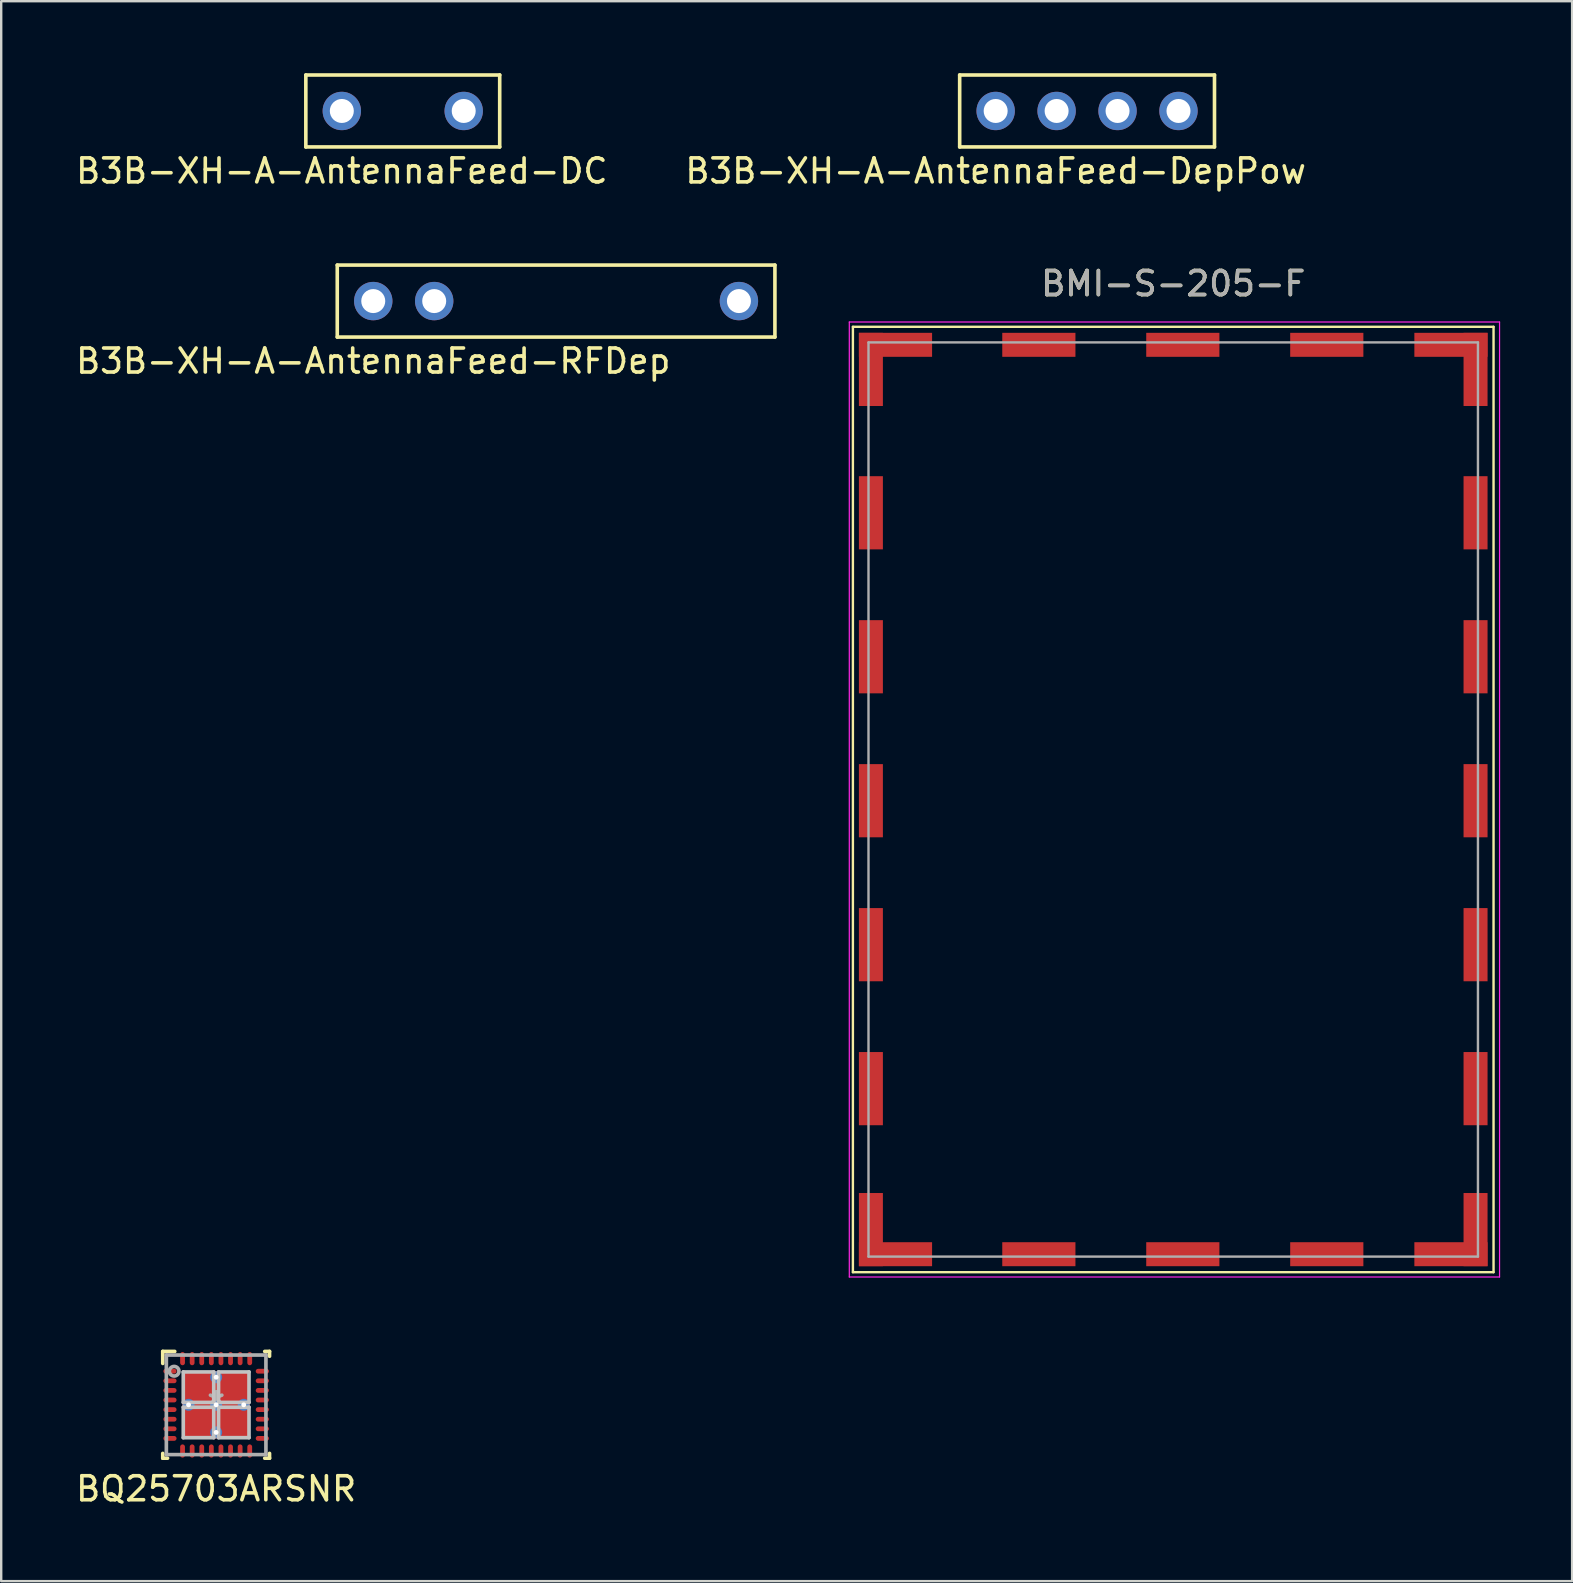
<source format=kicad_pcb>
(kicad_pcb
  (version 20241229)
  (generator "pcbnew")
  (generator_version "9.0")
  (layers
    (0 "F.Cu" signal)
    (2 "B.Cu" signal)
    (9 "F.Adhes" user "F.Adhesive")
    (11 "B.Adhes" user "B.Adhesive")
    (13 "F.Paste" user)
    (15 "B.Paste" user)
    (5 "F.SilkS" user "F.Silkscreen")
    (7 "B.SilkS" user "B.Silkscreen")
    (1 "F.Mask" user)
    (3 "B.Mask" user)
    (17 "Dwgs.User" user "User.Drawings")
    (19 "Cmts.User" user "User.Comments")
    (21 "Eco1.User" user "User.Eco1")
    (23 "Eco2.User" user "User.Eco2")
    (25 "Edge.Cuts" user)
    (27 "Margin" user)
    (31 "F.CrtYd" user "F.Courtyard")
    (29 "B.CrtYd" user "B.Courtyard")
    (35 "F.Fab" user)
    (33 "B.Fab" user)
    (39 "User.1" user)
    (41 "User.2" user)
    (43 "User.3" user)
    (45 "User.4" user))
  (footprint "BQ25703ARSNR"
    (layer "F.Cu")
    (at 5.958 55.498)
    (property "Reference" "BQ25703ARSNR" (at 0 3.5 0) (layer "F.SilkS") (effects (font (size 1 1) (thickness 0.15))))
    (attr through_hole)
    (fp_line (start -2.225 2.225) (end -2.225 2.025) (stroke (width 0.152) (type solid)) (layer "F.SilkS"))
    (fp_line (start -2.225 2.225) (end -2.025 2.225) (stroke (width 0.152) (type solid)) (layer "F.SilkS"))
    (fp_line (start -2.225 -2.225) (end -1.725 -2.225) (stroke (width 0.152) (type solid)) (layer "F.SilkS"))
    (fp_line (start -2.225 -1.725) (end -2.225 -2.225) (stroke (width 0.152) (type solid)) (layer "F.SilkS"))
    (fp_line (start 2.025 -2.225) (end 2.225 -2.225) (stroke (width 0.152) (type solid)) (layer "F.SilkS"))
    (fp_line (start 2.025 2.225) (end 2.225 2.225) (stroke (width 0.152) (type solid)) (layer "F.SilkS"))
    (fp_line (start 2.225 -2.025) (end 2.225 -2.225) (stroke (width 0.152) (type solid)) (layer "F.SilkS"))
    (fp_line (start 2.225 2.225) (end 2.225 2.025) (stroke (width 0.152) (type solid)) (layer "F.SilkS"))
    (fp_line (start -1.37 -1.37) (end -1.37 -0.1) (stroke (width 0.152) (type solid)) (layer "Dwgs.User"))
    (fp_line (start -1.37 -0.1) (end -0.1 -0.1) (stroke (width 0.152) (type solid)) (layer "Dwgs.User"))
    (fp_line (start -1.37 0.1) (end -1.37 1.37) (stroke (width 0.152) (type solid)) (layer "Dwgs.User"))
    (fp_line (start -1.37 1.37) (end -0.1 1.37) (stroke (width 0.152) (type solid)) (layer "Dwgs.User"))
    (fp_line (start -0.1 -1.37) (end -1.37 -1.37) (stroke (width 0.152) (type solid)) (layer "Dwgs.User"))
    (fp_line (start -0.1 -0.1) (end -0.1 -1.37) (stroke (width 0.152) (type solid)) (layer "Dwgs.User"))
    (fp_line (start -0.1 0.1) (end -1.37 0.1) (stroke (width 0.152) (type solid)) (layer "Dwgs.User"))
    (fp_line (start -0.1 1.37) (end -0.1 0.1) (stroke (width 0.152) (type solid)) (layer "Dwgs.User"))
    (fp_line (start 0.1 -1.37) (end 0.1 -0.1) (stroke (width 0.152) (type solid)) (layer "Dwgs.User"))
    (fp_line (start 0.1 -0.1) (end 1.37 -0.1) (stroke (width 0.152) (type solid)) (layer "Dwgs.User"))
    (fp_line (start 0.1 0.1) (end 0.1 1.37) (stroke (width 0.152) (type solid)) (layer "Dwgs.User"))
    (fp_line (start 0.1 1.37) (end 1.37 1.37) (stroke (width 0.152) (type solid)) (layer "Dwgs.User"))
    (fp_line (start 1.37 -1.37) (end 0.1 -1.37) (stroke (width 0.152) (type solid)) (layer "Dwgs.User"))
    (fp_line (start 1.37 -0.1) (end 1.37 -1.37) (stroke (width 0.152) (type solid)) (layer "Dwgs.User"))
    (fp_line (start 1.37 0.1) (end 0.1 0.1) (stroke (width 0.152) (type solid)) (layer "Dwgs.User"))
    (fp_line (start 1.37 1.37) (end 1.37 0.1) (stroke (width 0.152) (type solid)) (layer "Dwgs.User"))
    (fp_line (start -2.075 -2.075) (end 2.075 -2.075) (stroke (width 0.152) (type solid)) (layer "F.Fab"))
    (fp_line (start -2.075 2.075) (end -2.075 -2.075) (stroke (width 0.152) (type solid)) (layer "F.Fab"))
    (fp_line (start -2.075 2.075) (end 2.075 2.075) (stroke (width 0.152) (type solid)) (layer "F.Fab"))
    (fp_line (start 2.075 2.075) (end 2.075 -2.075) (stroke (width 0.152) (type solid)) (layer "F.Fab"))
    (fp_circle (center -1.75 -1.4) (end -1.55 -1.4) (stroke (width 0.152) (type solid)) (fill no) (layer "F.Fab"))
    (fp_text user "Copyright 2016 Accelerated Designs. All rights reserved." (at 0 0 0) (layer "Cmts.User") (effects (font (size 0.127 0.127) (thickness 0.002))))
    (fp_text user "*" (at 0 0 0) (layer "F.Fab") (effects (font (size 1 1) (thickness 0.15))))
    (pad "1" smd oval (at -1.925 -1.4 90) (size 0.2 0.55) (layers "F.Cu" "F.Mask" "F.Paste"))
    (pad "2" smd oval (at -1.925 -1 90) (size 0.2 0.55) (layers "F.Cu" "F.Mask" "F.Paste"))
    (pad "3" smd oval (at -1.925 -0.6 90) (size 0.2 0.55) (layers "F.Cu" "F.Mask" "F.Paste"))
    (pad "4" smd oval (at -1.925 -0.2 90) (size 0.2 0.55) (layers "F.Cu" "F.Mask" "F.Paste"))
    (pad "5" smd oval (at -1.925 0.2 90) (size 0.2 0.55) (layers "F.Cu" "F.Mask" "F.Paste"))
    (pad "6" smd oval (at -1.925 0.6 90) (size 0.2 0.55) (layers "F.Cu" "F.Mask" "F.Paste"))
    (pad "7" smd oval (at -1.925 1 90) (size 0.2 0.55) (layers "F.Cu" "F.Mask" "F.Paste"))
    (pad "8" smd oval (at -1.925 1.4 90) (size 0.2 0.55) (layers "F.Cu" "F.Mask" "F.Paste"))
    (pad "9" smd oval (at -1.4 1.925) (size 0.2 0.55) (layers "F.Cu" "F.Mask" "F.Paste"))
    (pad "10" smd oval (at -1 1.925) (size 0.2 0.55) (layers "F.Cu" "F.Mask" "F.Paste"))
    (pad "11" smd oval (at -0.6 1.925) (size 0.2 0.55) (layers "F.Cu" "F.Mask" "F.Paste"))
    (pad "12" smd oval (at -0.2 1.925) (size 0.2 0.55) (layers "F.Cu" "F.Mask" "F.Paste"))
    (pad "13" smd oval (at 0.2 1.925) (size 0.2 0.55) (layers "F.Cu" "F.Mask" "F.Paste"))
    (pad "14" smd oval (at 0.6 1.925) (size 0.2 0.55) (layers "F.Cu" "F.Mask" "F.Paste"))
    (pad "15" smd oval (at 1 1.925) (size 0.2 0.55) (layers "F.Cu" "F.Mask" "F.Paste"))
    (pad "16" smd oval (at 1.4 1.925) (size 0.2 0.55) (layers "F.Cu" "F.Mask" "F.Paste"))
    (pad "17" smd oval (at 1.925 1.4 90) (size 0.2 0.55) (layers "F.Cu" "F.Mask" "F.Paste"))
    (pad "18" smd oval (at 1.925 1 90) (size 0.2 0.55) (layers "F.Cu" "F.Mask" "F.Paste"))
    (pad "19" smd oval (at 1.925 0.6 90) (size 0.2 0.55) (layers "F.Cu" "F.Mask" "F.Paste"))
    (pad "20" smd oval (at 1.925 0.2 90) (size 0.2 0.55) (layers "F.Cu" "F.Mask" "F.Paste"))
    (pad "21" smd oval (at 1.925 -0.2 90) (size 0.2 0.55) (layers "F.Cu" "F.Mask" "F.Paste"))
    (pad "22" smd oval (at 1.925 -0.6 90) (size 0.2 0.55) (layers "F.Cu" "F.Mask" "F.Paste"))
    (pad "23" smd oval (at 1.925 -1 90) (size 0.2 0.55) (layers "F.Cu" "F.Mask" "F.Paste"))
    (pad "24" smd oval (at 1.925 -1.4 90) (size 0.2 0.55) (layers "F.Cu" "F.Mask" "F.Paste"))
    (pad "25" smd oval (at 1.4 -1.925) (size 0.2 0.55) (layers "F.Cu" "F.Mask" "F.Paste"))
    (pad "26" smd oval (at 1 -1.925) (size 0.2 0.55) (layers "F.Cu" "F.Mask" "F.Paste"))
    (pad "27" smd oval (at 0.6 -1.925) (size 0.2 0.55) (layers "F.Cu" "F.Mask" "F.Paste"))
    (pad "28" smd oval (at 0.2 -1.925) (size 0.2 0.55) (layers "F.Cu" "F.Mask" "F.Paste"))
    (pad "29" smd oval (at -0.2 -1.925) (size 0.2 0.55) (layers "F.Cu" "F.Mask" "F.Paste"))
    (pad "30" smd oval (at -0.6 -1.925) (size 0.2 0.55) (layers "F.Cu" "F.Mask" "F.Paste"))
    (pad "31" smd oval (at -1 -1.925) (size 0.2 0.55) (layers "F.Cu" "F.Mask" "F.Paste"))
    (pad "32" smd oval (at -1.4 -1.925) (size 0.2 0.55) (layers "F.Cu" "F.Mask" "F.Paste"))
    (pad "33" smd rect (at 0.000084 -0.000081) (size 2.8 2.8) (layers "F.Cu" "F.Mask" "F.Paste"))
    (pad "V" thru_hole circle (at -1.15 0) (size 0.5 0.5) (drill 0.203) (layers "*.Cu" "*.Mask"))
    (pad "V" thru_hole circle (at 0 -1.15) (size 0.5 0.5) (drill 0.203) (layers "*.Cu" "*.Mask"))
    (pad "V" thru_hole circle (at 0 0) (size 0.5 0.5) (drill 0.203) (layers "*.Cu" "*.Mask"))
    (pad "V" thru_hole circle (at 0 1.15) (size 0.5 0.5) (drill 0.203) (layers "*.Cu" "*.Mask"))
    (pad "V" thru_hole circle (at 1.15 0) (size 0.5 0.5) (drill 0.203) (layers "*.Cu" "*.Mask")))
  (footprint "B3B-XH-A-AntennaFeed-DepPow"
    (layer "F.Cu")
    (at 38.446 1.575)
    (property "Reference" "B3B-XH-A-AntennaFeed-DepPow" (at 0 2.5 0) (layer "F.SilkS") (effects (font (size 1 1) (thickness 0.15))))
    (attr through_hole)
    (fp_line (start -1.5 -1.5) (end -1.5 1.5) (stroke (width 0.15) (type solid)) (layer "F.SilkS"))
    (fp_line (start -1.5 -1.5) (end 9.12 -1.5) (stroke (width 0.15) (type solid)) (layer "F.SilkS"))
    (fp_line (start -1.5 1.5) (end 9.12 1.5) (stroke (width 0.15) (type solid)) (layer "F.SilkS"))
    (fp_line (start 9.12 1.5) (end 9.12 -1.5) (stroke (width 0.15) (type solid)) (layer "F.SilkS"))
    (pad "24A" thru_hole circle (at 0 0) (size 1.6 1.6) (drill 1) (layers "*.Cu" "*.Mask"))
    (pad "25A" thru_hole circle (at 2.54 0) (size 1.6 1.6) (drill 1) (layers "*.Cu" "*.Mask"))
    (pad "26A" thru_hole circle (at 5.08 0) (size 1.6 1.6) (drill 1) (layers "*.Cu" "*.Mask"))
    (pad "27A" thru_hole circle (at 7.62 0) (size 1.6 1.6) (drill 1) (layers "*.Cu" "*.Mask")))
  (footprint "B3B-XH-A-AntennaFeed-RFDep"
    (layer "F.Cu")
    (at 12.506 9.498)
    (property "Reference" "B3B-XH-A-AntennaFeed-RFDep" (at 0 2.5 0) (layer "F.SilkS") (effects (font (size 1 1) (thickness 0.15))))
    (attr through_hole)
    (fp_line (start -1.5 -1.5) (end -1.5 1.5) (stroke (width 0.15) (type solid)) (layer "F.SilkS"))
    (fp_line (start -1.5 -1.5) (end 16.74 -1.5) (stroke (width 0.15) (type solid)) (layer "F.SilkS"))
    (fp_line (start -1.5 1.5) (end 16.74 1.5) (stroke (width 0.15) (type solid)) (layer "F.SilkS"))
    (fp_line (start 16.74 1.5) (end 16.74 -1.5) (stroke (width 0.15) (type solid)) (layer "F.SilkS"))
    (pad "7B" thru_hole circle (at 0 0) (size 1.6 1.6) (drill 1) (layers "*.Cu" "*.Mask"))
    (pad "8B" thru_hole circle (at 2.54 0) (size 1.6 1.6) (drill 1) (layers "*.Cu" "*.Mask"))
    (pad "13B" thru_hole circle (at 15.24 0) (size 1.6 1.6) (drill 1) (layers "*.Cu" "*.Mask")))
  (footprint "B3B-XH-A-AntennaFeed-DC"
    (layer "F.Cu")
    (at 11.196 1.575)
    (property "Reference" "B3B-XH-A-AntennaFeed-DC" (at 0 2.5 0) (layer "F.SilkS") (effects (font (size 1 1) (thickness 0.15))))
    (attr through_hole)
    (fp_line (start -1.5 -1.5) (end -1.5 1.5) (stroke (width 0.15) (type solid)) (layer "F.SilkS"))
    (fp_line (start -1.5 -1.5) (end 6.58 -1.5) (stroke (width 0.15) (type solid)) (layer "F.SilkS"))
    (fp_line (start -1.5 1.5) (end 6.58 1.5) (stroke (width 0.15) (type solid)) (layer "F.SilkS"))
    (fp_line (start 6.58 1.5) (end 6.58 -1.5) (stroke (width 0.15) (type solid)) (layer "F.SilkS"))
    (pad "1B" thru_hole circle (at 0 0) (size 1.6 1.6) (drill 1) (layers "*.Cu" "*.Mask"))
    (pad "3B" thru_hole circle (at 5.08 0) (size 1.6 1.6) (drill 1) (layers "*.Cu" "*.Mask")))
  (footprint "BMI-S-205-F"
    (layer "F.Cu")
    (at 45.846 30.271)
    (property "Reference" "BMI-S-205-F" (at 0 -21.5 0) (layer "F.SilkS") (effects (font (size 1 1) (thickness 0.15))))
    (attr through_hole)
    (fp_line (start -13.35 -19.7) (end -13.35 19.7) (stroke (width 0.1) (type solid)) (layer "F.SilkS"))
    (fp_line (start -13.35 19.7) (end 13.35 19.7) (stroke (width 0.1) (type solid)) (layer "F.SilkS"))
    (fp_line (start 13.35 -19.7) (end -13.35 -19.7) (stroke (width 0.1) (type solid)) (layer "F.SilkS"))
    (fp_line (start 13.35 19.7) (end 13.35 -19.7) (stroke (width 0.1) (type solid)) (layer "F.SilkS"))
    (fp_line (start -13.5 -19.9) (end -13.5 19.9) (stroke (width 0.05) (type solid)) (layer "F.CrtYd"))
    (fp_line (start -13.5 19.9) (end 13.6 19.9) (stroke (width 0.05) (type solid)) (layer "F.CrtYd"))
    (fp_line (start 13.6 -19.9) (end -13.5 -19.9) (stroke (width 0.05) (type solid)) (layer "F.CrtYd"))
    (fp_line (start 13.6 19.9) (end 13.6 -19.9) (stroke (width 0.05) (type solid)) (layer "F.CrtYd"))
    (fp_line (start -12.7 -19.05) (end -12.7 19.05) (stroke (width 0.1) (type solid)) (layer "F.Fab"))
    (fp_line (start -12.7 19.05) (end 12.7 19.05) (stroke (width 0.1) (type solid)) (layer "F.Fab"))
    (fp_line (start 12.7 -19.05) (end -12.7 -19.05) (stroke (width 0.1) (type solid)) (layer "F.Fab"))
    (fp_line (start 12.7 19.05) (end 12.7 -19.05) (stroke (width 0.1) (type solid)) (layer "F.Fab"))
    (fp_text user "${REFERENCE}" (at 0 -21.5 0) (layer "F.Fab") (effects (font (size 1 1) (thickness 0.15))))
    (pad "1" smd rect (at -12.6 17.925) (size 1 3.05) (layers "F.Cu" "F.Mask" "F.Paste"))
    (pad "1" smd rect (at -11.575 18.95) (size 3.05 1) (layers "F.Cu" "F.Mask" "F.Paste"))
    (pad "2" smd rect (at -12.6 12.05) (size 1 3.05) (layers "F.Cu" "F.Mask" "F.Paste"))
    (pad "3" smd rect (at -12.6 6.05) (size 1 3.05) (layers "F.Cu" "F.Mask" "F.Paste"))
    (pad "4" smd rect (at -12.6 0.05) (size 1 3.05) (layers "F.Cu" "F.Mask" "F.Paste"))
    (pad "5" smd rect (at -12.6 -5.95) (size 1 3.05) (layers "F.Cu" "F.Mask" "F.Paste"))
    (pad "6" smd rect (at -12.6 -11.95) (size 1 3.05) (layers "F.Cu" "F.Mask" "F.Paste"))
    (pad "7" smd rect (at -12.6 -17.925 270) (size 3.05 1) (layers "F.Cu" "F.Mask" "F.Paste"))
    (pad "7" smd rect (at -11.575 -18.95 270) (size 1 3.05) (layers "F.Cu" "F.Mask" "F.Paste"))
    (pad "8" smd rect (at -5.6 -18.95) (size 3.05 1) (layers "F.Cu" "F.Mask" "F.Paste"))
    (pad "9" smd rect (at 0.4 -18.95) (size 3.05 1) (layers "F.Cu" "F.Mask" "F.Paste"))
    (pad "10" smd rect (at 6.4 -18.95) (size 3.05 1) (layers "F.Cu" "F.Mask" "F.Paste"))
    (pad "11" smd rect (at 11.575 -18.95 180) (size 3.05 1) (layers "F.Cu" "F.Mask" "F.Paste"))
    (pad "11" smd rect (at 12.6 -17.925 180) (size 1 3.05) (layers "F.Cu" "F.Mask" "F.Paste"))
    (pad "12" smd rect (at 12.6 -11.95 180) (size 1 3.05) (layers "F.Cu" "F.Mask" "F.Paste"))
    (pad "13" smd rect (at 12.6 -5.95 180) (size 1 3.05) (layers "F.Cu" "F.Mask" "F.Paste"))
    (pad "14" smd rect (at 12.6 0.05 180) (size 1 3.05) (layers "F.Cu" "F.Mask" "F.Paste"))
    (pad "15" smd rect (at 12.6 6.05 180) (size 1 3.05) (layers "F.Cu" "F.Mask" "F.Paste"))
    (pad "16" smd rect (at 12.6 12.05 180) (size 1 3.05) (layers "F.Cu" "F.Mask" "F.Paste"))
    (pad "17" smd rect (at 11.575 18.95 90) (size 1 3.05) (layers "F.Cu" "F.Mask" "F.Paste"))
    (pad "17" smd rect (at 12.6 17.925 90) (size 3.05 1) (layers "F.Cu" "F.Mask" "F.Paste"))
    (pad "18" smd rect (at 6.4 18.95) (size 3.05 1) (layers "F.Cu" "F.Mask" "F.Paste"))
    (pad "19" smd rect (at 0.4 18.95) (size 3.05 1) (layers "F.Cu" "F.Mask" "F.Paste"))
    (pad "20" smd rect (at -5.6 18.95) (size 3.05 1) (layers "F.Cu" "F.Mask" "F.Paste")))
  (gr_rect
    (start -3 -3)
    (end 62.471 62.846)
    (stroke (width 0.1) (type default))
    (fill no)
    (layer "Edge.Cuts")))
</source>
